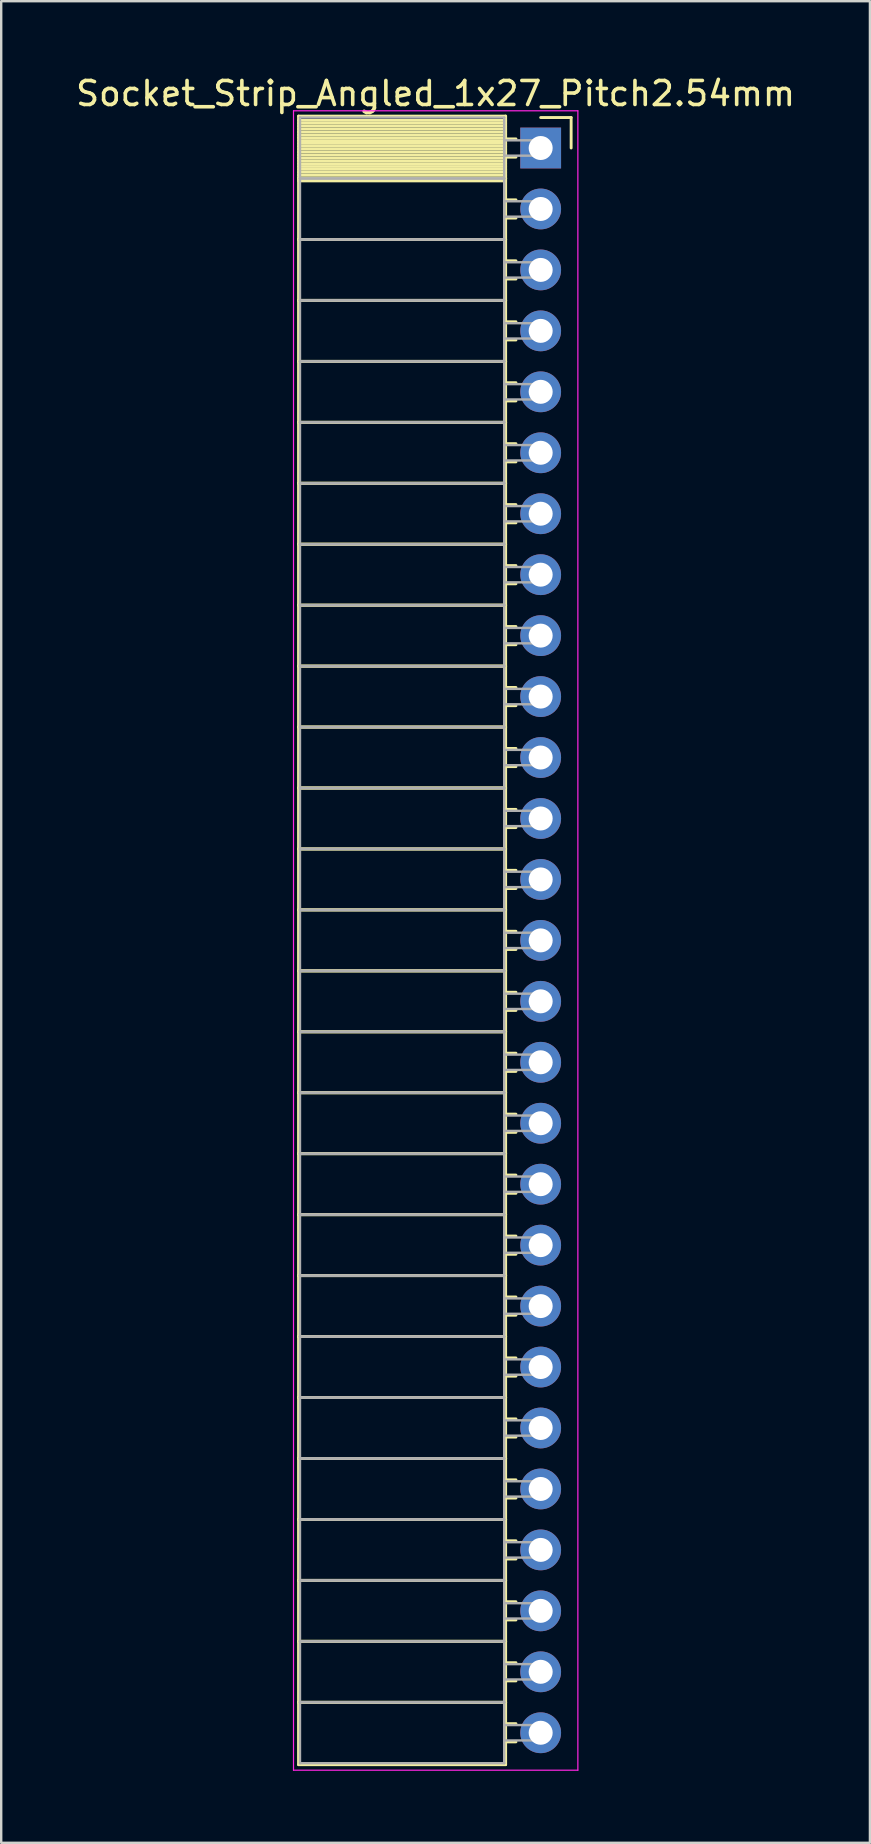
<source format=kicad_pcb>
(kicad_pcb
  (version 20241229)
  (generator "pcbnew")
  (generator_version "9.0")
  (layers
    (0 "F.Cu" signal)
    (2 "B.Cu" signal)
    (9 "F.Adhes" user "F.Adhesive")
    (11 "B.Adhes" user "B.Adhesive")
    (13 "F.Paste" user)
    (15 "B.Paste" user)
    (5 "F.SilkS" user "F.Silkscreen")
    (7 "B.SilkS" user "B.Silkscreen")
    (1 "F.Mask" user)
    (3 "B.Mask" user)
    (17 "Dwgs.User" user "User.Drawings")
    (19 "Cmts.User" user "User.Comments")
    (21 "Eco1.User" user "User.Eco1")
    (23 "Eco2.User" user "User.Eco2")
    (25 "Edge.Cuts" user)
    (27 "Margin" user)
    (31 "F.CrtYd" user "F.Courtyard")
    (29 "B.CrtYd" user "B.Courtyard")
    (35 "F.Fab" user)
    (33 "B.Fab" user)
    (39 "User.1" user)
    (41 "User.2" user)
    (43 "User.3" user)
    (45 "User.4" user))
  (footprint "Socket_Strip_Angled_1x27_Pitch2.54mm"
    (layer "F.Cu")
    (at 19.481 3.118)
    (property "Reference" "Socket_Strip_Angled_1x27_Pitch2.54mm" (at -4.38 -2.27 0) (layer "F.SilkS") (effects (font (size 1 1) (thickness 0.15))))
    (attr through_hole)
    (fp_line (start -10.09 -1.33) (end -1.46 -1.33) (stroke (width 0.12) (type solid)) (layer "F.SilkS"))
    (fp_line (start -10.09 1.27) (end -10.09 -1.33) (stroke (width 0.12) (type solid)) (layer "F.SilkS"))
    (fp_line (start -10.09 1.27) (end -1.46 1.27) (stroke (width 0.12) (type solid)) (layer "F.SilkS"))
    (fp_line (start -10.09 3.81) (end -10.09 1.27) (stroke (width 0.12) (type solid)) (layer "F.SilkS"))
    (fp_line (start -10.09 3.81) (end -1.46 3.81) (stroke (width 0.12) (type solid)) (layer "F.SilkS"))
    (fp_line (start -10.09 6.35) (end -10.09 3.81) (stroke (width 0.12) (type solid)) (layer "F.SilkS"))
    (fp_line (start -10.09 6.35) (end -1.46 6.35) (stroke (width 0.12) (type solid)) (layer "F.SilkS"))
    (fp_line (start -10.09 8.89) (end -10.09 6.35) (stroke (width 0.12) (type solid)) (layer "F.SilkS"))
    (fp_line (start -10.09 8.89) (end -1.46 8.89) (stroke (width 0.12) (type solid)) (layer "F.SilkS"))
    (fp_line (start -10.09 11.43) (end -10.09 8.89) (stroke (width 0.12) (type solid)) (layer "F.SilkS"))
    (fp_line (start -10.09 11.43) (end -1.46 11.43) (stroke (width 0.12) (type solid)) (layer "F.SilkS"))
    (fp_line (start -10.09 13.97) (end -10.09 11.43) (stroke (width 0.12) (type solid)) (layer "F.SilkS"))
    (fp_line (start -10.09 13.97) (end -1.46 13.97) (stroke (width 0.12) (type solid)) (layer "F.SilkS"))
    (fp_line (start -10.09 16.51) (end -10.09 13.97) (stroke (width 0.12) (type solid)) (layer "F.SilkS"))
    (fp_line (start -10.09 16.51) (end -1.46 16.51) (stroke (width 0.12) (type solid)) (layer "F.SilkS"))
    (fp_line (start -10.09 19.05) (end -10.09 16.51) (stroke (width 0.12) (type solid)) (layer "F.SilkS"))
    (fp_line (start -10.09 19.05) (end -1.46 19.05) (stroke (width 0.12) (type solid)) (layer "F.SilkS"))
    (fp_line (start -10.09 21.59) (end -10.09 19.05) (stroke (width 0.12) (type solid)) (layer "F.SilkS"))
    (fp_line (start -10.09 21.59) (end -1.46 21.59) (stroke (width 0.12) (type solid)) (layer "F.SilkS"))
    (fp_line (start -10.09 24.13) (end -10.09 21.59) (stroke (width 0.12) (type solid)) (layer "F.SilkS"))
    (fp_line (start -10.09 24.13) (end -1.46 24.13) (stroke (width 0.12) (type solid)) (layer "F.SilkS"))
    (fp_line (start -10.09 26.67) (end -10.09 24.13) (stroke (width 0.12) (type solid)) (layer "F.SilkS"))
    (fp_line (start -10.09 26.67) (end -1.46 26.67) (stroke (width 0.12) (type solid)) (layer "F.SilkS"))
    (fp_line (start -10.09 29.21) (end -10.09 26.67) (stroke (width 0.12) (type solid)) (layer "F.SilkS"))
    (fp_line (start -10.09 29.21) (end -1.46 29.21) (stroke (width 0.12) (type solid)) (layer "F.SilkS"))
    (fp_line (start -10.09 31.75) (end -10.09 29.21) (stroke (width 0.12) (type solid)) (layer "F.SilkS"))
    (fp_line (start -10.09 31.75) (end -1.46 31.75) (stroke (width 0.12) (type solid)) (layer "F.SilkS"))
    (fp_line (start -10.09 34.29) (end -10.09 31.75) (stroke (width 0.12) (type solid)) (layer "F.SilkS"))
    (fp_line (start -10.09 34.29) (end -1.46 34.29) (stroke (width 0.12) (type solid)) (layer "F.SilkS"))
    (fp_line (start -10.09 36.83) (end -10.09 34.29) (stroke (width 0.12) (type solid)) (layer "F.SilkS"))
    (fp_line (start -10.09 36.83) (end -1.46 36.83) (stroke (width 0.12) (type solid)) (layer "F.SilkS"))
    (fp_line (start -10.09 39.37) (end -10.09 36.83) (stroke (width 0.12) (type solid)) (layer "F.SilkS"))
    (fp_line (start -10.09 39.37) (end -1.46 39.37) (stroke (width 0.12) (type solid)) (layer "F.SilkS"))
    (fp_line (start -10.09 41.91) (end -10.09 39.37) (stroke (width 0.12) (type solid)) (layer "F.SilkS"))
    (fp_line (start -10.09 41.91) (end -1.46 41.91) (stroke (width 0.12) (type solid)) (layer "F.SilkS"))
    (fp_line (start -10.09 44.45) (end -10.09 41.91) (stroke (width 0.12) (type solid)) (layer "F.SilkS"))
    (fp_line (start -10.09 44.45) (end -1.46 44.45) (stroke (width 0.12) (type solid)) (layer "F.SilkS"))
    (fp_line (start -10.09 46.99) (end -10.09 44.45) (stroke (width 0.12) (type solid)) (layer "F.SilkS"))
    (fp_line (start -10.09 46.99) (end -1.46 46.99) (stroke (width 0.12) (type solid)) (layer "F.SilkS"))
    (fp_line (start -10.09 49.53) (end -10.09 46.99) (stroke (width 0.12) (type solid)) (layer "F.SilkS"))
    (fp_line (start -10.09 49.53) (end -1.46 49.53) (stroke (width 0.12) (type solid)) (layer "F.SilkS"))
    (fp_line (start -10.09 52.07) (end -10.09 49.53) (stroke (width 0.12) (type solid)) (layer "F.SilkS"))
    (fp_line (start -10.09 52.07) (end -1.46 52.07) (stroke (width 0.12) (type solid)) (layer "F.SilkS"))
    (fp_line (start -10.09 54.61) (end -10.09 52.07) (stroke (width 0.12) (type solid)) (layer "F.SilkS"))
    (fp_line (start -10.09 54.61) (end -1.46 54.61) (stroke (width 0.12) (type solid)) (layer "F.SilkS"))
    (fp_line (start -10.09 57.15) (end -10.09 54.61) (stroke (width 0.12) (type solid)) (layer "F.SilkS"))
    (fp_line (start -10.09 57.15) (end -1.46 57.15) (stroke (width 0.12) (type solid)) (layer "F.SilkS"))
    (fp_line (start -10.09 59.69) (end -10.09 57.15) (stroke (width 0.12) (type solid)) (layer "F.SilkS"))
    (fp_line (start -10.09 59.69) (end -1.46 59.69) (stroke (width 0.12) (type solid)) (layer "F.SilkS"))
    (fp_line (start -10.09 62.23) (end -10.09 59.69) (stroke (width 0.12) (type solid)) (layer "F.SilkS"))
    (fp_line (start -10.09 62.23) (end -1.46 62.23) (stroke (width 0.12) (type solid)) (layer "F.SilkS"))
    (fp_line (start -10.09 64.77) (end -10.09 62.23) (stroke (width 0.12) (type solid)) (layer "F.SilkS"))
    (fp_line (start -10.09 64.77) (end -1.46 64.77) (stroke (width 0.12) (type solid)) (layer "F.SilkS"))
    (fp_line (start -10.09 67.37) (end -10.09 64.77) (stroke (width 0.12) (type solid)) (layer "F.SilkS"))
    (fp_line (start -1.46 -1.33) (end -1.46 1.27) (stroke (width 0.12) (type solid)) (layer "F.SilkS"))
    (fp_line (start -1.46 -1.15) (end -10.09 -1.15) (stroke (width 0.12) (type solid)) (layer "F.SilkS"))
    (fp_line (start -1.46 -1.03) (end -10.09 -1.03) (stroke (width 0.12) (type solid)) (layer "F.SilkS"))
    (fp_line (start -1.46 -0.91) (end -10.09 -0.91) (stroke (width 0.12) (type solid)) (layer "F.SilkS"))
    (fp_line (start -1.46 -0.79) (end -10.09 -0.79) (stroke (width 0.12) (type solid)) (layer "F.SilkS"))
    (fp_line (start -1.46 -0.67) (end -10.09 -0.67) (stroke (width 0.12) (type solid)) (layer "F.SilkS"))
    (fp_line (start -1.46 -0.55) (end -10.09 -0.55) (stroke (width 0.12) (type solid)) (layer "F.SilkS"))
    (fp_line (start -1.46 -0.43) (end -10.09 -0.43) (stroke (width 0.12) (type solid)) (layer "F.SilkS"))
    (fp_line (start -1.46 -0.31) (end -10.09 -0.31) (stroke (width 0.12) (type solid)) (layer "F.SilkS"))
    (fp_line (start -1.46 -0.19) (end -10.09 -0.19) (stroke (width 0.12) (type solid)) (layer "F.SilkS"))
    (fp_line (start -1.46 -0.07) (end -10.09 -0.07) (stroke (width 0.12) (type solid)) (layer "F.SilkS"))
    (fp_line (start -1.46 0.05) (end -10.09 0.05) (stroke (width 0.12) (type solid)) (layer "F.SilkS"))
    (fp_line (start -1.46 0.17) (end -10.09 0.17) (stroke (width 0.12) (type solid)) (layer "F.SilkS"))
    (fp_line (start -1.46 0.29) (end -10.09 0.29) (stroke (width 0.12) (type solid)) (layer "F.SilkS"))
    (fp_line (start -1.46 0.41) (end -10.09 0.41) (stroke (width 0.12) (type solid)) (layer "F.SilkS"))
    (fp_line (start -1.46 0.53) (end -10.09 0.53) (stroke (width 0.12) (type solid)) (layer "F.SilkS"))
    (fp_line (start -1.46 0.65) (end -10.09 0.65) (stroke (width 0.12) (type solid)) (layer "F.SilkS"))
    (fp_line (start -1.46 0.77) (end -10.09 0.77) (stroke (width 0.12) (type solid)) (layer "F.SilkS"))
    (fp_line (start -1.46 0.89) (end -10.09 0.89) (stroke (width 0.12) (type solid)) (layer "F.SilkS"))
    (fp_line (start -1.46 1.01) (end -10.09 1.01) (stroke (width 0.12) (type solid)) (layer "F.SilkS"))
    (fp_line (start -1.46 1.13) (end -10.09 1.13) (stroke (width 0.12) (type solid)) (layer "F.SilkS"))
    (fp_line (start -1.46 1.25) (end -10.09 1.25) (stroke (width 0.12) (type solid)) (layer "F.SilkS"))
    (fp_line (start -1.46 1.27) (end -10.09 1.27) (stroke (width 0.12) (type solid)) (layer "F.SilkS"))
    (fp_line (start -1.46 1.27) (end -1.46 3.81) (stroke (width 0.12) (type solid)) (layer "F.SilkS"))
    (fp_line (start -1.46 1.37) (end -10.09 1.37) (stroke (width 0.12) (type solid)) (layer "F.SilkS"))
    (fp_line (start -1.46 3.81) (end -10.09 3.81) (stroke (width 0.12) (type solid)) (layer "F.SilkS"))
    (fp_line (start -1.46 3.81) (end -1.46 6.35) (stroke (width 0.12) (type solid)) (layer "F.SilkS"))
    (fp_line (start -1.46 6.35) (end -10.09 6.35) (stroke (width 0.12) (type solid)) (layer "F.SilkS"))
    (fp_line (start -1.46 6.35) (end -1.46 8.89) (stroke (width 0.12) (type solid)) (layer "F.SilkS"))
    (fp_line (start -1.46 8.89) (end -10.09 8.89) (stroke (width 0.12) (type solid)) (layer "F.SilkS"))
    (fp_line (start -1.46 8.89) (end -1.46 11.43) (stroke (width 0.12) (type solid)) (layer "F.SilkS"))
    (fp_line (start -1.46 11.43) (end -10.09 11.43) (stroke (width 0.12) (type solid)) (layer "F.SilkS"))
    (fp_line (start -1.46 11.43) (end -1.46 13.97) (stroke (width 0.12) (type solid)) (layer "F.SilkS"))
    (fp_line (start -1.46 13.97) (end -10.09 13.97) (stroke (width 0.12) (type solid)) (layer "F.SilkS"))
    (fp_line (start -1.46 13.97) (end -1.46 16.51) (stroke (width 0.12) (type solid)) (layer "F.SilkS"))
    (fp_line (start -1.46 16.51) (end -10.09 16.51) (stroke (width 0.12) (type solid)) (layer "F.SilkS"))
    (fp_line (start -1.46 16.51) (end -1.46 19.05) (stroke (width 0.12) (type solid)) (layer "F.SilkS"))
    (fp_line (start -1.46 19.05) (end -10.09 19.05) (stroke (width 0.12) (type solid)) (layer "F.SilkS"))
    (fp_line (start -1.46 19.05) (end -1.46 21.59) (stroke (width 0.12) (type solid)) (layer "F.SilkS"))
    (fp_line (start -1.46 21.59) (end -10.09 21.59) (stroke (width 0.12) (type solid)) (layer "F.SilkS"))
    (fp_line (start -1.46 21.59) (end -1.46 24.13) (stroke (width 0.12) (type solid)) (layer "F.SilkS"))
    (fp_line (start -1.46 24.13) (end -10.09 24.13) (stroke (width 0.12) (type solid)) (layer "F.SilkS"))
    (fp_line (start -1.46 24.13) (end -1.46 26.67) (stroke (width 0.12) (type solid)) (layer "F.SilkS"))
    (fp_line (start -1.46 26.67) (end -10.09 26.67) (stroke (width 0.12) (type solid)) (layer "F.SilkS"))
    (fp_line (start -1.46 26.67) (end -1.46 29.21) (stroke (width 0.12) (type solid)) (layer "F.SilkS"))
    (fp_line (start -1.46 29.21) (end -10.09 29.21) (stroke (width 0.12) (type solid)) (layer "F.SilkS"))
    (fp_line (start -1.46 29.21) (end -1.46 31.75) (stroke (width 0.12) (type solid)) (layer "F.SilkS"))
    (fp_line (start -1.46 31.75) (end -10.09 31.75) (stroke (width 0.12) (type solid)) (layer "F.SilkS"))
    (fp_line (start -1.46 31.75) (end -1.46 34.29) (stroke (width 0.12) (type solid)) (layer "F.SilkS"))
    (fp_line (start -1.46 34.29) (end -10.09 34.29) (stroke (width 0.12) (type solid)) (layer "F.SilkS"))
    (fp_line (start -1.46 34.29) (end -1.46 36.83) (stroke (width 0.12) (type solid)) (layer "F.SilkS"))
    (fp_line (start -1.46 36.83) (end -10.09 36.83) (stroke (width 0.12) (type solid)) (layer "F.SilkS"))
    (fp_line (start -1.46 36.83) (end -1.46 39.37) (stroke (width 0.12) (type solid)) (layer "F.SilkS"))
    (fp_line (start -1.46 39.37) (end -10.09 39.37) (stroke (width 0.12) (type solid)) (layer "F.SilkS"))
    (fp_line (start -1.46 39.37) (end -1.46 41.91) (stroke (width 0.12) (type solid)) (layer "F.SilkS"))
    (fp_line (start -1.46 41.91) (end -10.09 41.91) (stroke (width 0.12) (type solid)) (layer "F.SilkS"))
    (fp_line (start -1.46 41.91) (end -1.46 44.45) (stroke (width 0.12) (type solid)) (layer "F.SilkS"))
    (fp_line (start -1.46 44.45) (end -10.09 44.45) (stroke (width 0.12) (type solid)) (layer "F.SilkS"))
    (fp_line (start -1.46 44.45) (end -1.46 46.99) (stroke (width 0.12) (type solid)) (layer "F.SilkS"))
    (fp_line (start -1.46 46.99) (end -10.09 46.99) (stroke (width 0.12) (type solid)) (layer "F.SilkS"))
    (fp_line (start -1.46 46.99) (end -1.46 49.53) (stroke (width 0.12) (type solid)) (layer "F.SilkS"))
    (fp_line (start -1.46 49.53) (end -10.09 49.53) (stroke (width 0.12) (type solid)) (layer "F.SilkS"))
    (fp_line (start -1.46 49.53) (end -1.46 52.07) (stroke (width 0.12) (type solid)) (layer "F.SilkS"))
    (fp_line (start -1.46 52.07) (end -10.09 52.07) (stroke (width 0.12) (type solid)) (layer "F.SilkS"))
    (fp_line (start -1.46 52.07) (end -1.46 54.61) (stroke (width 0.12) (type solid)) (layer "F.SilkS"))
    (fp_line (start -1.46 54.61) (end -10.09 54.61) (stroke (width 0.12) (type solid)) (layer "F.SilkS"))
    (fp_line (start -1.46 54.61) (end -1.46 57.15) (stroke (width 0.12) (type solid)) (layer "F.SilkS"))
    (fp_line (start -1.46 57.15) (end -10.09 57.15) (stroke (width 0.12) (type solid)) (layer "F.SilkS"))
    (fp_line (start -1.46 57.15) (end -1.46 59.69) (stroke (width 0.12) (type solid)) (layer "F.SilkS"))
    (fp_line (start -1.46 59.69) (end -10.09 59.69) (stroke (width 0.12) (type solid)) (layer "F.SilkS"))
    (fp_line (start -1.46 59.69) (end -1.46 62.23) (stroke (width 0.12) (type solid)) (layer "F.SilkS"))
    (fp_line (start -1.46 62.23) (end -10.09 62.23) (stroke (width 0.12) (type solid)) (layer "F.SilkS"))
    (fp_line (start -1.46 62.23) (end -1.46 64.77) (stroke (width 0.12) (type solid)) (layer "F.SilkS"))
    (fp_line (start -1.46 64.77) (end -10.09 64.77) (stroke (width 0.12) (type solid)) (layer "F.SilkS"))
    (fp_line (start -1.46 64.77) (end -1.46 67.37) (stroke (width 0.12) (type solid)) (layer "F.SilkS"))
    (fp_line (start -1.46 67.37) (end -10.09 67.37) (stroke (width 0.12) (type solid)) (layer "F.SilkS"))
    (fp_line (start -1.03 -0.38) (end -1.46 -0.38) (stroke (width 0.12) (type solid)) (layer "F.SilkS"))
    (fp_line (start -1.03 0.38) (end -1.46 0.38) (stroke (width 0.12) (type solid)) (layer "F.SilkS"))
    (fp_line (start -1.03 2.16) (end -1.46 2.16) (stroke (width 0.12) (type solid)) (layer "F.SilkS"))
    (fp_line (start -1.03 2.92) (end -1.46 2.92) (stroke (width 0.12) (type solid)) (layer "F.SilkS"))
    (fp_line (start -1.03 4.7) (end -1.46 4.7) (stroke (width 0.12) (type solid)) (layer "F.SilkS"))
    (fp_line (start -1.03 5.46) (end -1.46 5.46) (stroke (width 0.12) (type solid)) (layer "F.SilkS"))
    (fp_line (start -1.03 7.24) (end -1.46 7.24) (stroke (width 0.12) (type solid)) (layer "F.SilkS"))
    (fp_line (start -1.03 8) (end -1.46 8) (stroke (width 0.12) (type solid)) (layer "F.SilkS"))
    (fp_line (start -1.03 9.78) (end -1.46 9.78) (stroke (width 0.12) (type solid)) (layer "F.SilkS"))
    (fp_line (start -1.03 10.54) (end -1.46 10.54) (stroke (width 0.12) (type solid)) (layer "F.SilkS"))
    (fp_line (start -1.03 12.32) (end -1.46 12.32) (stroke (width 0.12) (type solid)) (layer "F.SilkS"))
    (fp_line (start -1.03 13.08) (end -1.46 13.08) (stroke (width 0.12) (type solid)) (layer "F.SilkS"))
    (fp_line (start -1.03 14.86) (end -1.46 14.86) (stroke (width 0.12) (type solid)) (layer "F.SilkS"))
    (fp_line (start -1.03 15.62) (end -1.46 15.62) (stroke (width 0.12) (type solid)) (layer "F.SilkS"))
    (fp_line (start -1.03 17.4) (end -1.46 17.4) (stroke (width 0.12) (type solid)) (layer "F.SilkS"))
    (fp_line (start -1.03 18.16) (end -1.46 18.16) (stroke (width 0.12) (type solid)) (layer "F.SilkS"))
    (fp_line (start -1.03 19.94) (end -1.46 19.94) (stroke (width 0.12) (type solid)) (layer "F.SilkS"))
    (fp_line (start -1.03 20.7) (end -1.46 20.7) (stroke (width 0.12) (type solid)) (layer "F.SilkS"))
    (fp_line (start -1.03 22.48) (end -1.46 22.48) (stroke (width 0.12) (type solid)) (layer "F.SilkS"))
    (fp_line (start -1.03 23.24) (end -1.46 23.24) (stroke (width 0.12) (type solid)) (layer "F.SilkS"))
    (fp_line (start -1.03 25.02) (end -1.46 25.02) (stroke (width 0.12) (type solid)) (layer "F.SilkS"))
    (fp_line (start -1.03 25.78) (end -1.46 25.78) (stroke (width 0.12) (type solid)) (layer "F.SilkS"))
    (fp_line (start -1.03 27.56) (end -1.46 27.56) (stroke (width 0.12) (type solid)) (layer "F.SilkS"))
    (fp_line (start -1.03 28.32) (end -1.46 28.32) (stroke (width 0.12) (type solid)) (layer "F.SilkS"))
    (fp_line (start -1.03 30.1) (end -1.46 30.1) (stroke (width 0.12) (type solid)) (layer "F.SilkS"))
    (fp_line (start -1.03 30.86) (end -1.46 30.86) (stroke (width 0.12) (type solid)) (layer "F.SilkS"))
    (fp_line (start -1.03 32.64) (end -1.46 32.64) (stroke (width 0.12) (type solid)) (layer "F.SilkS"))
    (fp_line (start -1.03 33.4) (end -1.46 33.4) (stroke (width 0.12) (type solid)) (layer "F.SilkS"))
    (fp_line (start -1.03 35.18) (end -1.46 35.18) (stroke (width 0.12) (type solid)) (layer "F.SilkS"))
    (fp_line (start -1.03 35.94) (end -1.46 35.94) (stroke (width 0.12) (type solid)) (layer "F.SilkS"))
    (fp_line (start -1.03 37.72) (end -1.46 37.72) (stroke (width 0.12) (type solid)) (layer "F.SilkS"))
    (fp_line (start -1.03 38.48) (end -1.46 38.48) (stroke (width 0.12) (type solid)) (layer "F.SilkS"))
    (fp_line (start -1.03 40.26) (end -1.46 40.26) (stroke (width 0.12) (type solid)) (layer "F.SilkS"))
    (fp_line (start -1.03 41.02) (end -1.46 41.02) (stroke (width 0.12) (type solid)) (layer "F.SilkS"))
    (fp_line (start -1.03 42.8) (end -1.46 42.8) (stroke (width 0.12) (type solid)) (layer "F.SilkS"))
    (fp_line (start -1.03 43.56) (end -1.46 43.56) (stroke (width 0.12) (type solid)) (layer "F.SilkS"))
    (fp_line (start -1.03 45.34) (end -1.46 45.34) (stroke (width 0.12) (type solid)) (layer "F.SilkS"))
    (fp_line (start -1.03 46.1) (end -1.46 46.1) (stroke (width 0.12) (type solid)) (layer "F.SilkS"))
    (fp_line (start -1.03 47.88) (end -1.46 47.88) (stroke (width 0.12) (type solid)) (layer "F.SilkS"))
    (fp_line (start -1.03 48.64) (end -1.46 48.64) (stroke (width 0.12) (type solid)) (layer "F.SilkS"))
    (fp_line (start -1.03 50.42) (end -1.46 50.42) (stroke (width 0.12) (type solid)) (layer "F.SilkS"))
    (fp_line (start -1.03 51.18) (end -1.46 51.18) (stroke (width 0.12) (type solid)) (layer "F.SilkS"))
    (fp_line (start -1.03 52.96) (end -1.46 52.96) (stroke (width 0.12) (type solid)) (layer "F.SilkS"))
    (fp_line (start -1.03 53.72) (end -1.46 53.72) (stroke (width 0.12) (type solid)) (layer "F.SilkS"))
    (fp_line (start -1.03 55.5) (end -1.46 55.5) (stroke (width 0.12) (type solid)) (layer "F.SilkS"))
    (fp_line (start -1.03 56.26) (end -1.46 56.26) (stroke (width 0.12) (type solid)) (layer "F.SilkS"))
    (fp_line (start -1.03 58.04) (end -1.46 58.04) (stroke (width 0.12) (type solid)) (layer "F.SilkS"))
    (fp_line (start -1.03 58.8) (end -1.46 58.8) (stroke (width 0.12) (type solid)) (layer "F.SilkS"))
    (fp_line (start -1.03 60.58) (end -1.46 60.58) (stroke (width 0.12) (type solid)) (layer "F.SilkS"))
    (fp_line (start -1.03 61.34) (end -1.46 61.34) (stroke (width 0.12) (type solid)) (layer "F.SilkS"))
    (fp_line (start -1.03 63.12) (end -1.46 63.12) (stroke (width 0.12) (type solid)) (layer "F.SilkS"))
    (fp_line (start -1.03 63.88) (end -1.46 63.88) (stroke (width 0.12) (type solid)) (layer "F.SilkS"))
    (fp_line (start -1.03 65.66) (end -1.46 65.66) (stroke (width 0.12) (type solid)) (layer "F.SilkS"))
    (fp_line (start -1.03 66.42) (end -1.46 66.42) (stroke (width 0.12) (type solid)) (layer "F.SilkS"))
    (fp_line (start 0 -1.27) (end 1.27 -1.27) (stroke (width 0.12) (type solid)) (layer "F.SilkS"))
    (fp_line (start 1.27 -1.27) (end 1.27 0) (stroke (width 0.12) (type solid)) (layer "F.SilkS"))
    (fp_line (start -10.3 -1.55) (end 1.55 -1.55) (stroke (width 0.05) (type solid)) (layer "F.CrtYd"))
    (fp_line (start -10.3 67.6) (end -10.3 -1.55) (stroke (width 0.05) (type solid)) (layer "F.CrtYd"))
    (fp_line (start 1.55 -1.55) (end 1.55 67.6) (stroke (width 0.05) (type solid)) (layer "F.CrtYd"))
    (fp_line (start 1.55 67.6) (end -10.3 67.6) (stroke (width 0.05) (type solid)) (layer "F.CrtYd"))
    (fp_line (start -10.03 -1.27) (end -1.52 -1.27) (stroke (width 0.1) (type solid)) (layer "F.Fab"))
    (fp_line (start -10.03 1.27) (end -10.03 -1.27) (stroke (width 0.1) (type solid)) (layer "F.Fab"))
    (fp_line (start -10.03 1.27) (end -1.52 1.27) (stroke (width 0.1) (type solid)) (layer "F.Fab"))
    (fp_line (start -10.03 3.81) (end -10.03 1.27) (stroke (width 0.1) (type solid)) (layer "F.Fab"))
    (fp_line (start -10.03 3.81) (end -1.52 3.81) (stroke (width 0.1) (type solid)) (layer "F.Fab"))
    (fp_line (start -10.03 6.35) (end -10.03 3.81) (stroke (width 0.1) (type solid)) (layer "F.Fab"))
    (fp_line (start -10.03 6.35) (end -1.52 6.35) (stroke (width 0.1) (type solid)) (layer "F.Fab"))
    (fp_line (start -10.03 8.89) (end -10.03 6.35) (stroke (width 0.1) (type solid)) (layer "F.Fab"))
    (fp_line (start -10.03 8.89) (end -1.52 8.89) (stroke (width 0.1) (type solid)) (layer "F.Fab"))
    (fp_line (start -10.03 11.43) (end -10.03 8.89) (stroke (width 0.1) (type solid)) (layer "F.Fab"))
    (fp_line (start -10.03 11.43) (end -1.52 11.43) (stroke (width 0.1) (type solid)) (layer "F.Fab"))
    (fp_line (start -10.03 13.97) (end -10.03 11.43) (stroke (width 0.1) (type solid)) (layer "F.Fab"))
    (fp_line (start -10.03 13.97) (end -1.52 13.97) (stroke (width 0.1) (type solid)) (layer "F.Fab"))
    (fp_line (start -10.03 16.51) (end -10.03 13.97) (stroke (width 0.1) (type solid)) (layer "F.Fab"))
    (fp_line (start -10.03 16.51) (end -1.52 16.51) (stroke (width 0.1) (type solid)) (layer "F.Fab"))
    (fp_line (start -10.03 19.05) (end -10.03 16.51) (stroke (width 0.1) (type solid)) (layer "F.Fab"))
    (fp_line (start -10.03 19.05) (end -1.52 19.05) (stroke (width 0.1) (type solid)) (layer "F.Fab"))
    (fp_line (start -10.03 21.59) (end -10.03 19.05) (stroke (width 0.1) (type solid)) (layer "F.Fab"))
    (fp_line (start -10.03 21.59) (end -1.52 21.59) (stroke (width 0.1) (type solid)) (layer "F.Fab"))
    (fp_line (start -10.03 24.13) (end -10.03 21.59) (stroke (width 0.1) (type solid)) (layer "F.Fab"))
    (fp_line (start -10.03 24.13) (end -1.52 24.13) (stroke (width 0.1) (type solid)) (layer "F.Fab"))
    (fp_line (start -10.03 26.67) (end -10.03 24.13) (stroke (width 0.1) (type solid)) (layer "F.Fab"))
    (fp_line (start -10.03 26.67) (end -1.52 26.67) (stroke (width 0.1) (type solid)) (layer "F.Fab"))
    (fp_line (start -10.03 29.21) (end -10.03 26.67) (stroke (width 0.1) (type solid)) (layer "F.Fab"))
    (fp_line (start -10.03 29.21) (end -1.52 29.21) (stroke (width 0.1) (type solid)) (layer "F.Fab"))
    (fp_line (start -10.03 31.75) (end -10.03 29.21) (stroke (width 0.1) (type solid)) (layer "F.Fab"))
    (fp_line (start -10.03 31.75) (end -1.52 31.75) (stroke (width 0.1) (type solid)) (layer "F.Fab"))
    (fp_line (start -10.03 34.29) (end -10.03 31.75) (stroke (width 0.1) (type solid)) (layer "F.Fab"))
    (fp_line (start -10.03 34.29) (end -1.52 34.29) (stroke (width 0.1) (type solid)) (layer "F.Fab"))
    (fp_line (start -10.03 36.83) (end -10.03 34.29) (stroke (width 0.1) (type solid)) (layer "F.Fab"))
    (fp_line (start -10.03 36.83) (end -1.52 36.83) (stroke (width 0.1) (type solid)) (layer "F.Fab"))
    (fp_line (start -10.03 39.37) (end -10.03 36.83) (stroke (width 0.1) (type solid)) (layer "F.Fab"))
    (fp_line (start -10.03 39.37) (end -1.52 39.37) (stroke (width 0.1) (type solid)) (layer "F.Fab"))
    (fp_line (start -10.03 41.91) (end -10.03 39.37) (stroke (width 0.1) (type solid)) (layer "F.Fab"))
    (fp_line (start -10.03 41.91) (end -1.52 41.91) (stroke (width 0.1) (type solid)) (layer "F.Fab"))
    (fp_line (start -10.03 44.45) (end -10.03 41.91) (stroke (width 0.1) (type solid)) (layer "F.Fab"))
    (fp_line (start -10.03 44.45) (end -1.52 44.45) (stroke (width 0.1) (type solid)) (layer "F.Fab"))
    (fp_line (start -10.03 46.99) (end -10.03 44.45) (stroke (width 0.1) (type solid)) (layer "F.Fab"))
    (fp_line (start -10.03 46.99) (end -1.52 46.99) (stroke (width 0.1) (type solid)) (layer "F.Fab"))
    (fp_line (start -10.03 49.53) (end -10.03 46.99) (stroke (width 0.1) (type solid)) (layer "F.Fab"))
    (fp_line (start -10.03 49.53) (end -1.52 49.53) (stroke (width 0.1) (type solid)) (layer "F.Fab"))
    (fp_line (start -10.03 52.07) (end -10.03 49.53) (stroke (width 0.1) (type solid)) (layer "F.Fab"))
    (fp_line (start -10.03 52.07) (end -1.52 52.07) (stroke (width 0.1) (type solid)) (layer "F.Fab"))
    (fp_line (start -10.03 54.61) (end -10.03 52.07) (stroke (width 0.1) (type solid)) (layer "F.Fab"))
    (fp_line (start -10.03 54.61) (end -1.52 54.61) (stroke (width 0.1) (type solid)) (layer "F.Fab"))
    (fp_line (start -10.03 57.15) (end -10.03 54.61) (stroke (width 0.1) (type solid)) (layer "F.Fab"))
    (fp_line (start -10.03 57.15) (end -1.52 57.15) (stroke (width 0.1) (type solid)) (layer "F.Fab"))
    (fp_line (start -10.03 59.69) (end -10.03 57.15) (stroke (width 0.1) (type solid)) (layer "F.Fab"))
    (fp_line (start -10.03 59.69) (end -1.52 59.69) (stroke (width 0.1) (type solid)) (layer "F.Fab"))
    (fp_line (start -10.03 62.23) (end -10.03 59.69) (stroke (width 0.1) (type solid)) (layer "F.Fab"))
    (fp_line (start -10.03 62.23) (end -1.52 62.23) (stroke (width 0.1) (type solid)) (layer "F.Fab"))
    (fp_line (start -10.03 64.77) (end -10.03 62.23) (stroke (width 0.1) (type solid)) (layer "F.Fab"))
    (fp_line (start -10.03 64.77) (end -1.52 64.77) (stroke (width 0.1) (type solid)) (layer "F.Fab"))
    (fp_line (start -10.03 67.31) (end -10.03 64.77) (stroke (width 0.1) (type solid)) (layer "F.Fab"))
    (fp_line (start -1.52 -1.27) (end -1.52 1.27) (stroke (width 0.1) (type solid)) (layer "F.Fab"))
    (fp_line (start -1.52 -0.32) (end 0 -0.32) (stroke (width 0.1) (type solid)) (layer "F.Fab"))
    (fp_line (start -1.52 0.32) (end -1.52 -0.32) (stroke (width 0.1) (type solid)) (layer "F.Fab"))
    (fp_line (start -1.52 1.27) (end -10.03 1.27) (stroke (width 0.1) (type solid)) (layer "F.Fab"))
    (fp_line (start -1.52 1.27) (end -1.52 3.81) (stroke (width 0.1) (type solid)) (layer "F.Fab"))
    (fp_line (start -1.52 2.22) (end 0 2.22) (stroke (width 0.1) (type solid)) (layer "F.Fab"))
    (fp_line (start -1.52 2.86) (end -1.52 2.22) (stroke (width 0.1) (type solid)) (layer "F.Fab"))
    (fp_line (start -1.52 3.81) (end -10.03 3.81) (stroke (width 0.1) (type solid)) (layer "F.Fab"))
    (fp_line (start -1.52 3.81) (end -1.52 6.35) (stroke (width 0.1) (type solid)) (layer "F.Fab"))
    (fp_line (start -1.52 4.76) (end 0 4.76) (stroke (width 0.1) (type solid)) (layer "F.Fab"))
    (fp_line (start -1.52 5.4) (end -1.52 4.76) (stroke (width 0.1) (type solid)) (layer "F.Fab"))
    (fp_line (start -1.52 6.35) (end -10.03 6.35) (stroke (width 0.1) (type solid)) (layer "F.Fab"))
    (fp_line (start -1.52 6.35) (end -1.52 8.89) (stroke (width 0.1) (type solid)) (layer "F.Fab"))
    (fp_line (start -1.52 7.3) (end 0 7.3) (stroke (width 0.1) (type solid)) (layer "F.Fab"))
    (fp_line (start -1.52 7.94) (end -1.52 7.3) (stroke (width 0.1) (type solid)) (layer "F.Fab"))
    (fp_line (start -1.52 8.89) (end -10.03 8.89) (stroke (width 0.1) (type solid)) (layer "F.Fab"))
    (fp_line (start -1.52 8.89) (end -1.52 11.43) (stroke (width 0.1) (type solid)) (layer "F.Fab"))
    (fp_line (start -1.52 9.84) (end 0 9.84) (stroke (width 0.1) (type solid)) (layer "F.Fab"))
    (fp_line (start -1.52 10.48) (end -1.52 9.84) (stroke (width 0.1) (type solid)) (layer "F.Fab"))
    (fp_line (start -1.52 11.43) (end -10.03 11.43) (stroke (width 0.1) (type solid)) (layer "F.Fab"))
    (fp_line (start -1.52 11.43) (end -1.52 13.97) (stroke (width 0.1) (type solid)) (layer "F.Fab"))
    (fp_line (start -1.52 12.38) (end 0 12.38) (stroke (width 0.1) (type solid)) (layer "F.Fab"))
    (fp_line (start -1.52 13.02) (end -1.52 12.38) (stroke (width 0.1) (type solid)) (layer "F.Fab"))
    (fp_line (start -1.52 13.97) (end -10.03 13.97) (stroke (width 0.1) (type solid)) (layer "F.Fab"))
    (fp_line (start -1.52 13.97) (end -1.52 16.51) (stroke (width 0.1) (type solid)) (layer "F.Fab"))
    (fp_line (start -1.52 14.92) (end 0 14.92) (stroke (width 0.1) (type solid)) (layer "F.Fab"))
    (fp_line (start -1.52 15.56) (end -1.52 14.92) (stroke (width 0.1) (type solid)) (layer "F.Fab"))
    (fp_line (start -1.52 16.51) (end -10.03 16.51) (stroke (width 0.1) (type solid)) (layer "F.Fab"))
    (fp_line (start -1.52 16.51) (end -1.52 19.05) (stroke (width 0.1) (type solid)) (layer "F.Fab"))
    (fp_line (start -1.52 17.46) (end 0 17.46) (stroke (width 0.1) (type solid)) (layer "F.Fab"))
    (fp_line (start -1.52 18.1) (end -1.52 17.46) (stroke (width 0.1) (type solid)) (layer "F.Fab"))
    (fp_line (start -1.52 19.05) (end -10.03 19.05) (stroke (width 0.1) (type solid)) (layer "F.Fab"))
    (fp_line (start -1.52 19.05) (end -1.52 21.59) (stroke (width 0.1) (type solid)) (layer "F.Fab"))
    (fp_line (start -1.52 20) (end 0 20) (stroke (width 0.1) (type solid)) (layer "F.Fab"))
    (fp_line (start -1.52 20.64) (end -1.52 20) (stroke (width 0.1) (type solid)) (layer "F.Fab"))
    (fp_line (start -1.52 21.59) (end -10.03 21.59) (stroke (width 0.1) (type solid)) (layer "F.Fab"))
    (fp_line (start -1.52 21.59) (end -1.52 24.13) (stroke (width 0.1) (type solid)) (layer "F.Fab"))
    (fp_line (start -1.52 22.54) (end 0 22.54) (stroke (width 0.1) (type solid)) (layer "F.Fab"))
    (fp_line (start -1.52 23.18) (end -1.52 22.54) (stroke (width 0.1) (type solid)) (layer "F.Fab"))
    (fp_line (start -1.52 24.13) (end -10.03 24.13) (stroke (width 0.1) (type solid)) (layer "F.Fab"))
    (fp_line (start -1.52 24.13) (end -1.52 26.67) (stroke (width 0.1) (type solid)) (layer "F.Fab"))
    (fp_line (start -1.52 25.08) (end 0 25.08) (stroke (width 0.1) (type solid)) (layer "F.Fab"))
    (fp_line (start -1.52 25.72) (end -1.52 25.08) (stroke (width 0.1) (type solid)) (layer "F.Fab"))
    (fp_line (start -1.52 26.67) (end -10.03 26.67) (stroke (width 0.1) (type solid)) (layer "F.Fab"))
    (fp_line (start -1.52 26.67) (end -1.52 29.21) (stroke (width 0.1) (type solid)) (layer "F.Fab"))
    (fp_line (start -1.52 27.62) (end 0 27.62) (stroke (width 0.1) (type solid)) (layer "F.Fab"))
    (fp_line (start -1.52 28.26) (end -1.52 27.62) (stroke (width 0.1) (type solid)) (layer "F.Fab"))
    (fp_line (start -1.52 29.21) (end -10.03 29.21) (stroke (width 0.1) (type solid)) (layer "F.Fab"))
    (fp_line (start -1.52 29.21) (end -1.52 31.75) (stroke (width 0.1) (type solid)) (layer "F.Fab"))
    (fp_line (start -1.52 30.16) (end 0 30.16) (stroke (width 0.1) (type solid)) (layer "F.Fab"))
    (fp_line (start -1.52 30.8) (end -1.52 30.16) (stroke (width 0.1) (type solid)) (layer "F.Fab"))
    (fp_line (start -1.52 31.75) (end -10.03 31.75) (stroke (width 0.1) (type solid)) (layer "F.Fab"))
    (fp_line (start -1.52 31.75) (end -1.52 34.29) (stroke (width 0.1) (type solid)) (layer "F.Fab"))
    (fp_line (start -1.52 32.7) (end 0 32.7) (stroke (width 0.1) (type solid)) (layer "F.Fab"))
    (fp_line (start -1.52 33.34) (end -1.52 32.7) (stroke (width 0.1) (type solid)) (layer "F.Fab"))
    (fp_line (start -1.52 34.29) (end -10.03 34.29) (stroke (width 0.1) (type solid)) (layer "F.Fab"))
    (fp_line (start -1.52 34.29) (end -1.52 36.83) (stroke (width 0.1) (type solid)) (layer "F.Fab"))
    (fp_line (start -1.52 35.24) (end 0 35.24) (stroke (width 0.1) (type solid)) (layer "F.Fab"))
    (fp_line (start -1.52 35.88) (end -1.52 35.24) (stroke (width 0.1) (type solid)) (layer "F.Fab"))
    (fp_line (start -1.52 36.83) (end -10.03 36.83) (stroke (width 0.1) (type solid)) (layer "F.Fab"))
    (fp_line (start -1.52 36.83) (end -1.52 39.37) (stroke (width 0.1) (type solid)) (layer "F.Fab"))
    (fp_line (start -1.52 37.78) (end 0 37.78) (stroke (width 0.1) (type solid)) (layer "F.Fab"))
    (fp_line (start -1.52 38.42) (end -1.52 37.78) (stroke (width 0.1) (type solid)) (layer "F.Fab"))
    (fp_line (start -1.52 39.37) (end -10.03 39.37) (stroke (width 0.1) (type solid)) (layer "F.Fab"))
    (fp_line (start -1.52 39.37) (end -1.52 41.91) (stroke (width 0.1) (type solid)) (layer "F.Fab"))
    (fp_line (start -1.52 40.32) (end 0 40.32) (stroke (width 0.1) (type solid)) (layer "F.Fab"))
    (fp_line (start -1.52 40.96) (end -1.52 40.32) (stroke (width 0.1) (type solid)) (layer "F.Fab"))
    (fp_line (start -1.52 41.91) (end -10.03 41.91) (stroke (width 0.1) (type solid)) (layer "F.Fab"))
    (fp_line (start -1.52 41.91) (end -1.52 44.45) (stroke (width 0.1) (type solid)) (layer "F.Fab"))
    (fp_line (start -1.52 42.86) (end 0 42.86) (stroke (width 0.1) (type solid)) (layer "F.Fab"))
    (fp_line (start -1.52 43.5) (end -1.52 42.86) (stroke (width 0.1) (type solid)) (layer "F.Fab"))
    (fp_line (start -1.52 44.45) (end -10.03 44.45) (stroke (width 0.1) (type solid)) (layer "F.Fab"))
    (fp_line (start -1.52 44.45) (end -1.52 46.99) (stroke (width 0.1) (type solid)) (layer "F.Fab"))
    (fp_line (start -1.52 45.4) (end 0 45.4) (stroke (width 0.1) (type solid)) (layer "F.Fab"))
    (fp_line (start -1.52 46.04) (end -1.52 45.4) (stroke (width 0.1) (type solid)) (layer "F.Fab"))
    (fp_line (start -1.52 46.99) (end -10.03 46.99) (stroke (width 0.1) (type solid)) (layer "F.Fab"))
    (fp_line (start -1.52 46.99) (end -1.52 49.53) (stroke (width 0.1) (type solid)) (layer "F.Fab"))
    (fp_line (start -1.52 47.94) (end 0 47.94) (stroke (width 0.1) (type solid)) (layer "F.Fab"))
    (fp_line (start -1.52 48.58) (end -1.52 47.94) (stroke (width 0.1) (type solid)) (layer "F.Fab"))
    (fp_line (start -1.52 49.53) (end -10.03 49.53) (stroke (width 0.1) (type solid)) (layer "F.Fab"))
    (fp_line (start -1.52 49.53) (end -1.52 52.07) (stroke (width 0.1) (type solid)) (layer "F.Fab"))
    (fp_line (start -1.52 50.48) (end 0 50.48) (stroke (width 0.1) (type solid)) (layer "F.Fab"))
    (fp_line (start -1.52 51.12) (end -1.52 50.48) (stroke (width 0.1) (type solid)) (layer "F.Fab"))
    (fp_line (start -1.52 52.07) (end -10.03 52.07) (stroke (width 0.1) (type solid)) (layer "F.Fab"))
    (fp_line (start -1.52 52.07) (end -1.52 54.61) (stroke (width 0.1) (type solid)) (layer "F.Fab"))
    (fp_line (start -1.52 53.02) (end 0 53.02) (stroke (width 0.1) (type solid)) (layer "F.Fab"))
    (fp_line (start -1.52 53.66) (end -1.52 53.02) (stroke (width 0.1) (type solid)) (layer "F.Fab"))
    (fp_line (start -1.52 54.61) (end -10.03 54.61) (stroke (width 0.1) (type solid)) (layer "F.Fab"))
    (fp_line (start -1.52 54.61) (end -1.52 57.15) (stroke (width 0.1) (type solid)) (layer "F.Fab"))
    (fp_line (start -1.52 55.56) (end 0 55.56) (stroke (width 0.1) (type solid)) (layer "F.Fab"))
    (fp_line (start -1.52 56.2) (end -1.52 55.56) (stroke (width 0.1) (type solid)) (layer "F.Fab"))
    (fp_line (start -1.52 57.15) (end -10.03 57.15) (stroke (width 0.1) (type solid)) (layer "F.Fab"))
    (fp_line (start -1.52 57.15) (end -1.52 59.69) (stroke (width 0.1) (type solid)) (layer "F.Fab"))
    (fp_line (start -1.52 58.1) (end 0 58.1) (stroke (width 0.1) (type solid)) (layer "F.Fab"))
    (fp_line (start -1.52 58.74) (end -1.52 58.1) (stroke (width 0.1) (type solid)) (layer "F.Fab"))
    (fp_line (start -1.52 59.69) (end -10.03 59.69) (stroke (width 0.1) (type solid)) (layer "F.Fab"))
    (fp_line (start -1.52 59.69) (end -1.52 62.23) (stroke (width 0.1) (type solid)) (layer "F.Fab"))
    (fp_line (start -1.52 60.64) (end 0 60.64) (stroke (width 0.1) (type solid)) (layer "F.Fab"))
    (fp_line (start -1.52 61.28) (end -1.52 60.64) (stroke (width 0.1) (type solid)) (layer "F.Fab"))
    (fp_line (start -1.52 62.23) (end -10.03 62.23) (stroke (width 0.1) (type solid)) (layer "F.Fab"))
    (fp_line (start -1.52 62.23) (end -1.52 64.77) (stroke (width 0.1) (type solid)) (layer "F.Fab"))
    (fp_line (start -1.52 63.18) (end 0 63.18) (stroke (width 0.1) (type solid)) (layer "F.Fab"))
    (fp_line (start -1.52 63.82) (end -1.52 63.18) (stroke (width 0.1) (type solid)) (layer "F.Fab"))
    (fp_line (start -1.52 64.77) (end -10.03 64.77) (stroke (width 0.1) (type solid)) (layer "F.Fab"))
    (fp_line (start -1.52 64.77) (end -1.52 67.31) (stroke (width 0.1) (type solid)) (layer "F.Fab"))
    (fp_line (start -1.52 65.72) (end 0 65.72) (stroke (width 0.1) (type solid)) (layer "F.Fab"))
    (fp_line (start -1.52 66.36) (end -1.52 65.72) (stroke (width 0.1) (type solid)) (layer "F.Fab"))
    (fp_line (start -1.52 67.31) (end -10.03 67.31) (stroke (width 0.1) (type solid)) (layer "F.Fab"))
    (fp_line (start 0 -0.32) (end 0 0.32) (stroke (width 0.1) (type solid)) (layer "F.Fab"))
    (fp_line (start 0 0.32) (end -1.52 0.32) (stroke (width 0.1) (type solid)) (layer "F.Fab"))
    (fp_line (start 0 2.22) (end 0 2.86) (stroke (width 0.1) (type solid)) (layer "F.Fab"))
    (fp_line (start 0 2.86) (end -1.52 2.86) (stroke (width 0.1) (type solid)) (layer "F.Fab"))
    (fp_line (start 0 4.76) (end 0 5.4) (stroke (width 0.1) (type solid)) (layer "F.Fab"))
    (fp_line (start 0 5.4) (end -1.52 5.4) (stroke (width 0.1) (type solid)) (layer "F.Fab"))
    (fp_line (start 0 7.3) (end 0 7.94) (stroke (width 0.1) (type solid)) (layer "F.Fab"))
    (fp_line (start 0 7.94) (end -1.52 7.94) (stroke (width 0.1) (type solid)) (layer "F.Fab"))
    (fp_line (start 0 9.84) (end 0 10.48) (stroke (width 0.1) (type solid)) (layer "F.Fab"))
    (fp_line (start 0 10.48) (end -1.52 10.48) (stroke (width 0.1) (type solid)) (layer "F.Fab"))
    (fp_line (start 0 12.38) (end 0 13.02) (stroke (width 0.1) (type solid)) (layer "F.Fab"))
    (fp_line (start 0 13.02) (end -1.52 13.02) (stroke (width 0.1) (type solid)) (layer "F.Fab"))
    (fp_line (start 0 14.92) (end 0 15.56) (stroke (width 0.1) (type solid)) (layer "F.Fab"))
    (fp_line (start 0 15.56) (end -1.52 15.56) (stroke (width 0.1) (type solid)) (layer "F.Fab"))
    (fp_line (start 0 17.46) (end 0 18.1) (stroke (width 0.1) (type solid)) (layer "F.Fab"))
    (fp_line (start 0 18.1) (end -1.52 18.1) (stroke (width 0.1) (type solid)) (layer "F.Fab"))
    (fp_line (start 0 20) (end 0 20.64) (stroke (width 0.1) (type solid)) (layer "F.Fab"))
    (fp_line (start 0 20.64) (end -1.52 20.64) (stroke (width 0.1) (type solid)) (layer "F.Fab"))
    (fp_line (start 0 22.54) (end 0 23.18) (stroke (width 0.1) (type solid)) (layer "F.Fab"))
    (fp_line (start 0 23.18) (end -1.52 23.18) (stroke (width 0.1) (type solid)) (layer "F.Fab"))
    (fp_line (start 0 25.08) (end 0 25.72) (stroke (width 0.1) (type solid)) (layer "F.Fab"))
    (fp_line (start 0 25.72) (end -1.52 25.72) (stroke (width 0.1) (type solid)) (layer "F.Fab"))
    (fp_line (start 0 27.62) (end 0 28.26) (stroke (width 0.1) (type solid)) (layer "F.Fab"))
    (fp_line (start 0 28.26) (end -1.52 28.26) (stroke (width 0.1) (type solid)) (layer "F.Fab"))
    (fp_line (start 0 30.16) (end 0 30.8) (stroke (width 0.1) (type solid)) (layer "F.Fab"))
    (fp_line (start 0 30.8) (end -1.52 30.8) (stroke (width 0.1) (type solid)) (layer "F.Fab"))
    (fp_line (start 0 32.7) (end 0 33.34) (stroke (width 0.1) (type solid)) (layer "F.Fab"))
    (fp_line (start 0 33.34) (end -1.52 33.34) (stroke (width 0.1) (type solid)) (layer "F.Fab"))
    (fp_line (start 0 35.24) (end 0 35.88) (stroke (width 0.1) (type solid)) (layer "F.Fab"))
    (fp_line (start 0 35.88) (end -1.52 35.88) (stroke (width 0.1) (type solid)) (layer "F.Fab"))
    (fp_line (start 0 37.78) (end 0 38.42) (stroke (width 0.1) (type solid)) (layer "F.Fab"))
    (fp_line (start 0 38.42) (end -1.52 38.42) (stroke (width 0.1) (type solid)) (layer "F.Fab"))
    (fp_line (start 0 40.32) (end 0 40.96) (stroke (width 0.1) (type solid)) (layer "F.Fab"))
    (fp_line (start 0 40.96) (end -1.52 40.96) (stroke (width 0.1) (type solid)) (layer "F.Fab"))
    (fp_line (start 0 42.86) (end 0 43.5) (stroke (width 0.1) (type solid)) (layer "F.Fab"))
    (fp_line (start 0 43.5) (end -1.52 43.5) (stroke (width 0.1) (type solid)) (layer "F.Fab"))
    (fp_line (start 0 45.4) (end 0 46.04) (stroke (width 0.1) (type solid)) (layer "F.Fab"))
    (fp_line (start 0 46.04) (end -1.52 46.04) (stroke (width 0.1) (type solid)) (layer "F.Fab"))
    (fp_line (start 0 47.94) (end 0 48.58) (stroke (width 0.1) (type solid)) (layer "F.Fab"))
    (fp_line (start 0 48.58) (end -1.52 48.58) (stroke (width 0.1) (type solid)) (layer "F.Fab"))
    (fp_line (start 0 50.48) (end 0 51.12) (stroke (width 0.1) (type solid)) (layer "F.Fab"))
    (fp_line (start 0 51.12) (end -1.52 51.12) (stroke (width 0.1) (type solid)) (layer "F.Fab"))
    (fp_line (start 0 53.02) (end 0 53.66) (stroke (width 0.1) (type solid)) (layer "F.Fab"))
    (fp_line (start 0 53.66) (end -1.52 53.66) (stroke (width 0.1) (type solid)) (layer "F.Fab"))
    (fp_line (start 0 55.56) (end 0 56.2) (stroke (width 0.1) (type solid)) (layer "F.Fab"))
    (fp_line (start 0 56.2) (end -1.52 56.2) (stroke (width 0.1) (type solid)) (layer "F.Fab"))
    (fp_line (start 0 58.1) (end 0 58.74) (stroke (width 0.1) (type solid)) (layer "F.Fab"))
    (fp_line (start 0 58.74) (end -1.52 58.74) (stroke (width 0.1) (type solid)) (layer "F.Fab"))
    (fp_line (start 0 60.64) (end 0 61.28) (stroke (width 0.1) (type solid)) (layer "F.Fab"))
    (fp_line (start 0 61.28) (end -1.52 61.28) (stroke (width 0.1) (type solid)) (layer "F.Fab"))
    (fp_line (start 0 63.18) (end 0 63.82) (stroke (width 0.1) (type solid)) (layer "F.Fab"))
    (fp_line (start 0 63.82) (end -1.52 63.82) (stroke (width 0.1) (type solid)) (layer "F.Fab"))
    (fp_line (start 0 65.72) (end 0 66.36) (stroke (width 0.1) (type solid)) (layer "F.Fab"))
    (fp_line (start 0 66.36) (end -1.52 66.36) (stroke (width 0.1) (type solid)) (layer "F.Fab"))
    (pad "1" thru_hole rect (at 0 0) (size 1.7 1.7) (drill 1) (layers "*.Cu" "*.Mask"))
    (pad "2" thru_hole oval (at 0 2.54) (size 1.7 1.7) (drill 1) (layers "*.Cu" "*.Mask"))
    (pad "3" thru_hole oval (at 0 5.08) (size 1.7 1.7) (drill 1) (layers "*.Cu" "*.Mask"))
    (pad "4" thru_hole oval (at 0 7.62) (size 1.7 1.7) (drill 1) (layers "*.Cu" "*.Mask"))
    (pad "5" thru_hole oval (at 0 10.16) (size 1.7 1.7) (drill 1) (layers "*.Cu" "*.Mask"))
    (pad "6" thru_hole oval (at 0 12.7) (size 1.7 1.7) (drill 1) (layers "*.Cu" "*.Mask"))
    (pad "7" thru_hole oval (at 0 15.24) (size 1.7 1.7) (drill 1) (layers "*.Cu" "*.Mask"))
    (pad "8" thru_hole oval (at 0 17.78) (size 1.7 1.7) (drill 1) (layers "*.Cu" "*.Mask"))
    (pad "9" thru_hole oval (at 0 20.32) (size 1.7 1.7) (drill 1) (layers "*.Cu" "*.Mask"))
    (pad "10" thru_hole oval (at 0 22.86) (size 1.7 1.7) (drill 1) (layers "*.Cu" "*.Mask"))
    (pad "11" thru_hole oval (at 0 25.4) (size 1.7 1.7) (drill 1) (layers "*.Cu" "*.Mask"))
    (pad "12" thru_hole oval (at 0 27.94) (size 1.7 1.7) (drill 1) (layers "*.Cu" "*.Mask"))
    (pad "13" thru_hole oval (at 0 30.48) (size 1.7 1.7) (drill 1) (layers "*.Cu" "*.Mask"))
    (pad "14" thru_hole oval (at 0 33.02) (size 1.7 1.7) (drill 1) (layers "*.Cu" "*.Mask"))
    (pad "15" thru_hole oval (at 0 35.56) (size 1.7 1.7) (drill 1) (layers "*.Cu" "*.Mask"))
    (pad "16" thru_hole oval (at 0 38.1) (size 1.7 1.7) (drill 1) (layers "*.Cu" "*.Mask"))
    (pad "17" thru_hole oval (at 0 40.64) (size 1.7 1.7) (drill 1) (layers "*.Cu" "*.Mask"))
    (pad "18" thru_hole oval (at 0 43.18) (size 1.7 1.7) (drill 1) (layers "*.Cu" "*.Mask"))
    (pad "19" thru_hole oval (at 0 45.72) (size 1.7 1.7) (drill 1) (layers "*.Cu" "*.Mask"))
    (pad "20" thru_hole oval (at 0 48.26) (size 1.7 1.7) (drill 1) (layers "*.Cu" "*.Mask"))
    (pad "21" thru_hole oval (at 0 50.8) (size 1.7 1.7) (drill 1) (layers "*.Cu" "*.Mask"))
    (pad "22" thru_hole oval (at 0 53.34) (size 1.7 1.7) (drill 1) (layers "*.Cu" "*.Mask"))
    (pad "23" thru_hole oval (at 0 55.88) (size 1.7 1.7) (drill 1) (layers "*.Cu" "*.Mask"))
    (pad "24" thru_hole oval (at 0 58.42) (size 1.7 1.7) (drill 1) (layers "*.Cu" "*.Mask"))
    (pad "25" thru_hole oval (at 0 60.96) (size 1.7 1.7) (drill 1) (layers "*.Cu" "*.Mask"))
    (pad "26" thru_hole oval (at 0 63.5) (size 1.7 1.7) (drill 1) (layers "*.Cu" "*.Mask"))
    (pad "27" thru_hole oval (at 0 66.04) (size 1.7 1.7) (drill 1) (layers "*.Cu" "*.Mask")))
  (gr_rect
    (start -3 -3)
    (end 33.202 73.743)
    (stroke (width 0.1) (type default))
    (fill no)
    (layer "Edge.Cuts")))
</source>
